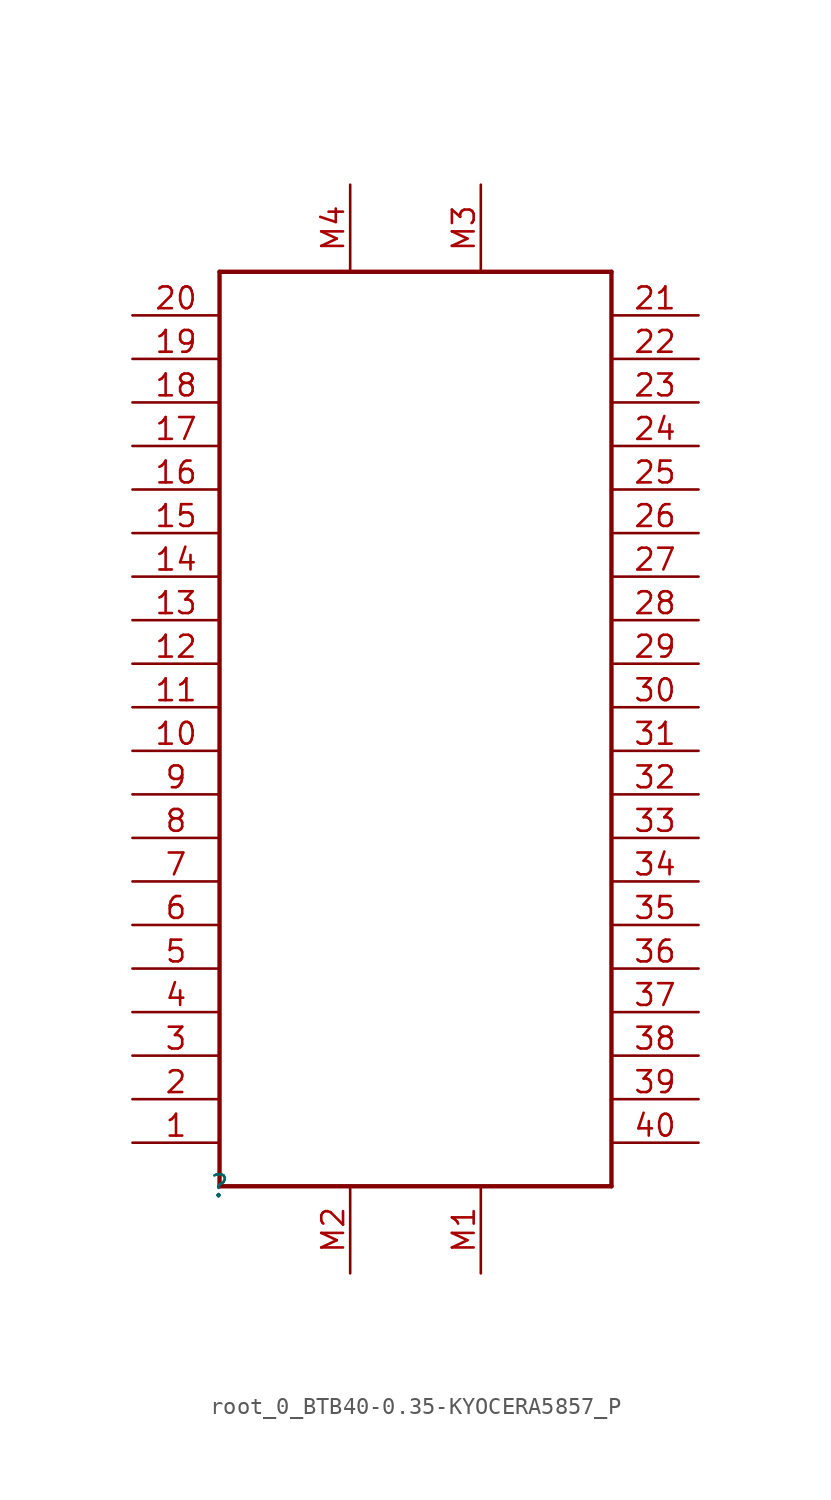
<source format=kicad_sym>
(kicad_symbol_lib
  (version 20231120)
  (generator "kicad_symbol_editor")
  (generator_version "8.0")
  (symbol "root_0_BTB40-0.35-KYOCERA5857_P"
    (property "Reference" ""
      (at 0 0 0)
      (effects (font (size 1.27 1.27))))
    (property "Value" ""
      (at 0 0 0)
      (effects (font (size 1.27 1.27))))
    (symbol "root_0_BTB40-0.35-KYOCERA5857_P_1_0"
      (polyline (pts (xy 0 0) (xy 22.86 0)) (stroke (width 0.254) (type solid)) (fill (type none)))
      (polyline (pts (xy 0 53.34) (xy 0 0)) (stroke (width 0.254) (type solid)) (fill (type none)))
      (polyline (pts (xy 22.86 0) (xy 22.86 53.34)) (stroke (width 0.254) (type solid)) (fill (type none)))
      (polyline (pts (xy 22.86 53.34) (xy 0 53.34)) (stroke (width 0.254) (type solid)) (fill (type none)))
      (pin passive line (at -5.08 2.54 0) (length 5.08) (name "1" (effects (font (size 0 0)))) (number "1" (effects (font (size 1.27 1.27)))))
      (pin passive line (at -5.08 25.4 0) (length 5.08) (name "10" (effects (font (size 0 0)))) (number "10" (effects (font (size 1.27 1.27)))))
      (pin passive line (at -5.08 27.94 0) (length 5.08) (name "11" (effects (font (size 0 0)))) (number "11" (effects (font (size 1.27 1.27)))))
      (pin passive line (at -5.08 30.48 0) (length 5.08) (name "12" (effects (font (size 0 0)))) (number "12" (effects (font (size 1.27 1.27)))))
      (pin passive line (at -5.08 33.02 0) (length 5.08) (name "13" (effects (font (size 0 0)))) (number "13" (effects (font (size 1.27 1.27)))))
      (pin passive line (at -5.08 35.56 0) (length 5.08) (name "14" (effects (font (size 0 0)))) (number "14" (effects (font (size 1.27 1.27)))))
      (pin passive line (at -5.08 38.1 0) (length 5.08) (name "15" (effects (font (size 0 0)))) (number "15" (effects (font (size 1.27 1.27)))))
      (pin passive line (at -5.08 40.64 0) (length 5.08) (name "16" (effects (font (size 0 0)))) (number "16" (effects (font (size 1.27 1.27)))))
      (pin passive line (at -5.08 43.18 0) (length 5.08) (name "17" (effects (font (size 0 0)))) (number "17" (effects (font (size 1.27 1.27)))))
      (pin passive line (at -5.08 45.72 0) (length 5.08) (name "18" (effects (font (size 0 0)))) (number "18" (effects (font (size 1.27 1.27)))))
      (pin passive line (at -5.08 48.26 0) (length 5.08) (name "19" (effects (font (size 0 0)))) (number "19" (effects (font (size 1.27 1.27)))))
      (pin passive line (at -5.08 5.08 0) (length 5.08) (name "2" (effects (font (size 0 0)))) (number "2" (effects (font (size 1.27 1.27)))))
      (pin passive line (at -5.08 50.8 0) (length 5.08) (name "20" (effects (font (size 0 0)))) (number "20" (effects (font (size 1.27 1.27)))))
      (pin passive line (at 27.94 50.8 180) (length 5.08) (name "21" (effects (font (size 0 0)))) (number "21" (effects (font (size 1.27 1.27)))))
      (pin passive line (at 27.94 48.26 180) (length 5.08) (name "22" (effects (font (size 0 0)))) (number "22" (effects (font (size 1.27 1.27)))))
      (pin passive line (at 27.94 45.72 180) (length 5.08) (name "23" (effects (font (size 0 0)))) (number "23" (effects (font (size 1.27 1.27)))))
      (pin passive line (at 27.94 43.18 180) (length 5.08) (name "24" (effects (font (size 0 0)))) (number "24" (effects (font (size 1.27 1.27)))))
      (pin passive line (at 27.94 40.64 180) (length 5.08) (name "25" (effects (font (size 0 0)))) (number "25" (effects (font (size 1.27 1.27)))))
      (pin passive line (at 27.94 38.1 180) (length 5.08) (name "26" (effects (font (size 0 0)))) (number "26" (effects (font (size 1.27 1.27)))))
      (pin passive line (at 27.94 35.56 180) (length 5.08) (name "27" (effects (font (size 0 0)))) (number "27" (effects (font (size 1.27 1.27)))))
      (pin passive line (at 27.94 33.02 180) (length 5.08) (name "28" (effects (font (size 0 0)))) (number "28" (effects (font (size 1.27 1.27)))))
      (pin passive line (at 27.94 30.48 180) (length 5.08) (name "29" (effects (font (size 0 0)))) (number "29" (effects (font (size 1.27 1.27)))))
      (pin passive line (at -5.08 7.62 0) (length 5.08) (name "3" (effects (font (size 0 0)))) (number "3" (effects (font (size 1.27 1.27)))))
      (pin passive line (at 27.94 27.94 180) (length 5.08) (name "30" (effects (font (size 0 0)))) (number "30" (effects (font (size 1.27 1.27)))))
      (pin passive line (at 27.94 25.4 180) (length 5.08) (name "31" (effects (font (size 0 0)))) (number "31" (effects (font (size 1.27 1.27)))))
      (pin passive line (at 27.94 22.86 180) (length 5.08) (name "32" (effects (font (size 0 0)))) (number "32" (effects (font (size 1.27 1.27)))))
      (pin passive line (at 27.94 20.32 180) (length 5.08) (name "33" (effects (font (size 0 0)))) (number "33" (effects (font (size 1.27 1.27)))))
      (pin passive line (at 27.94 17.78 180) (length 5.08) (name "34" (effects (font (size 0 0)))) (number "34" (effects (font (size 1.27 1.27)))))
      (pin passive line (at 27.94 15.24 180) (length 5.08) (name "35" (effects (font (size 0 0)))) (number "35" (effects (font (size 1.27 1.27)))))
      (pin passive line (at 27.94 12.7 180) (length 5.08) (name "36" (effects (font (size 0 0)))) (number "36" (effects (font (size 1.27 1.27)))))
      (pin passive line (at 27.94 10.16 180) (length 5.08) (name "37" (effects (font (size 0 0)))) (number "37" (effects (font (size 1.27 1.27)))))
      (pin passive line (at 27.94 7.62 180) (length 5.08) (name "38" (effects (font (size 0 0)))) (number "38" (effects (font (size 1.27 1.27)))))
      (pin passive line (at 27.94 5.08 180) (length 5.08) (name "39" (effects (font (size 0 0)))) (number "39" (effects (font (size 1.27 1.27)))))
      (pin passive line (at -5.08 10.16 0) (length 5.08) (name "4" (effects (font (size 0 0)))) (number "4" (effects (font (size 1.27 1.27)))))
      (pin passive line (at 27.94 2.54 180) (length 5.08) (name "40" (effects (font (size 0 0)))) (number "40" (effects (font (size 1.27 1.27)))))
      (pin passive line (at -5.08 12.7 0) (length 5.08) (name "5" (effects (font (size 0 0)))) (number "5" (effects (font (size 1.27 1.27)))))
      (pin passive line (at -5.08 15.24 0) (length 5.08) (name "6" (effects (font (size 0 0)))) (number "6" (effects (font (size 1.27 1.27)))))
      (pin passive line (at -5.08 17.78 0) (length 5.08) (name "7" (effects (font (size 0 0)))) (number "7" (effects (font (size 1.27 1.27)))))
      (pin passive line (at -5.08 20.32 0) (length 5.08) (name "8" (effects (font (size 0 0)))) (number "8" (effects (font (size 1.27 1.27)))))
      (pin passive line (at -5.08 22.86 0) (length 5.08) (name "9" (effects (font (size 0 0)))) (number "9" (effects (font (size 1.27 1.27)))))
      (pin passive line (at 15.24 -5.08 90) (length 5.08) (name "M1" (effects (font (size 0 0)))) (number "M1" (effects (font (size 1.27 1.27)))))
      (pin passive line (at 7.62 -5.08 90) (length 5.08) (name "M2" (effects (font (size 0 0)))) (number "M2" (effects (font (size 1.27 1.27)))))
      (pin passive line (at 15.24 58.42 270) (length 5.08) (name "M3" (effects (font (size 0 0)))) (number "M3" (effects (font (size 1.27 1.27)))))
      (pin passive line (at 7.62 58.42 270) (length 5.08) (name "M4" (effects (font (size 0 0)))) (number "M4" (effects (font (size 1.27 1.27))))))))
</source>
